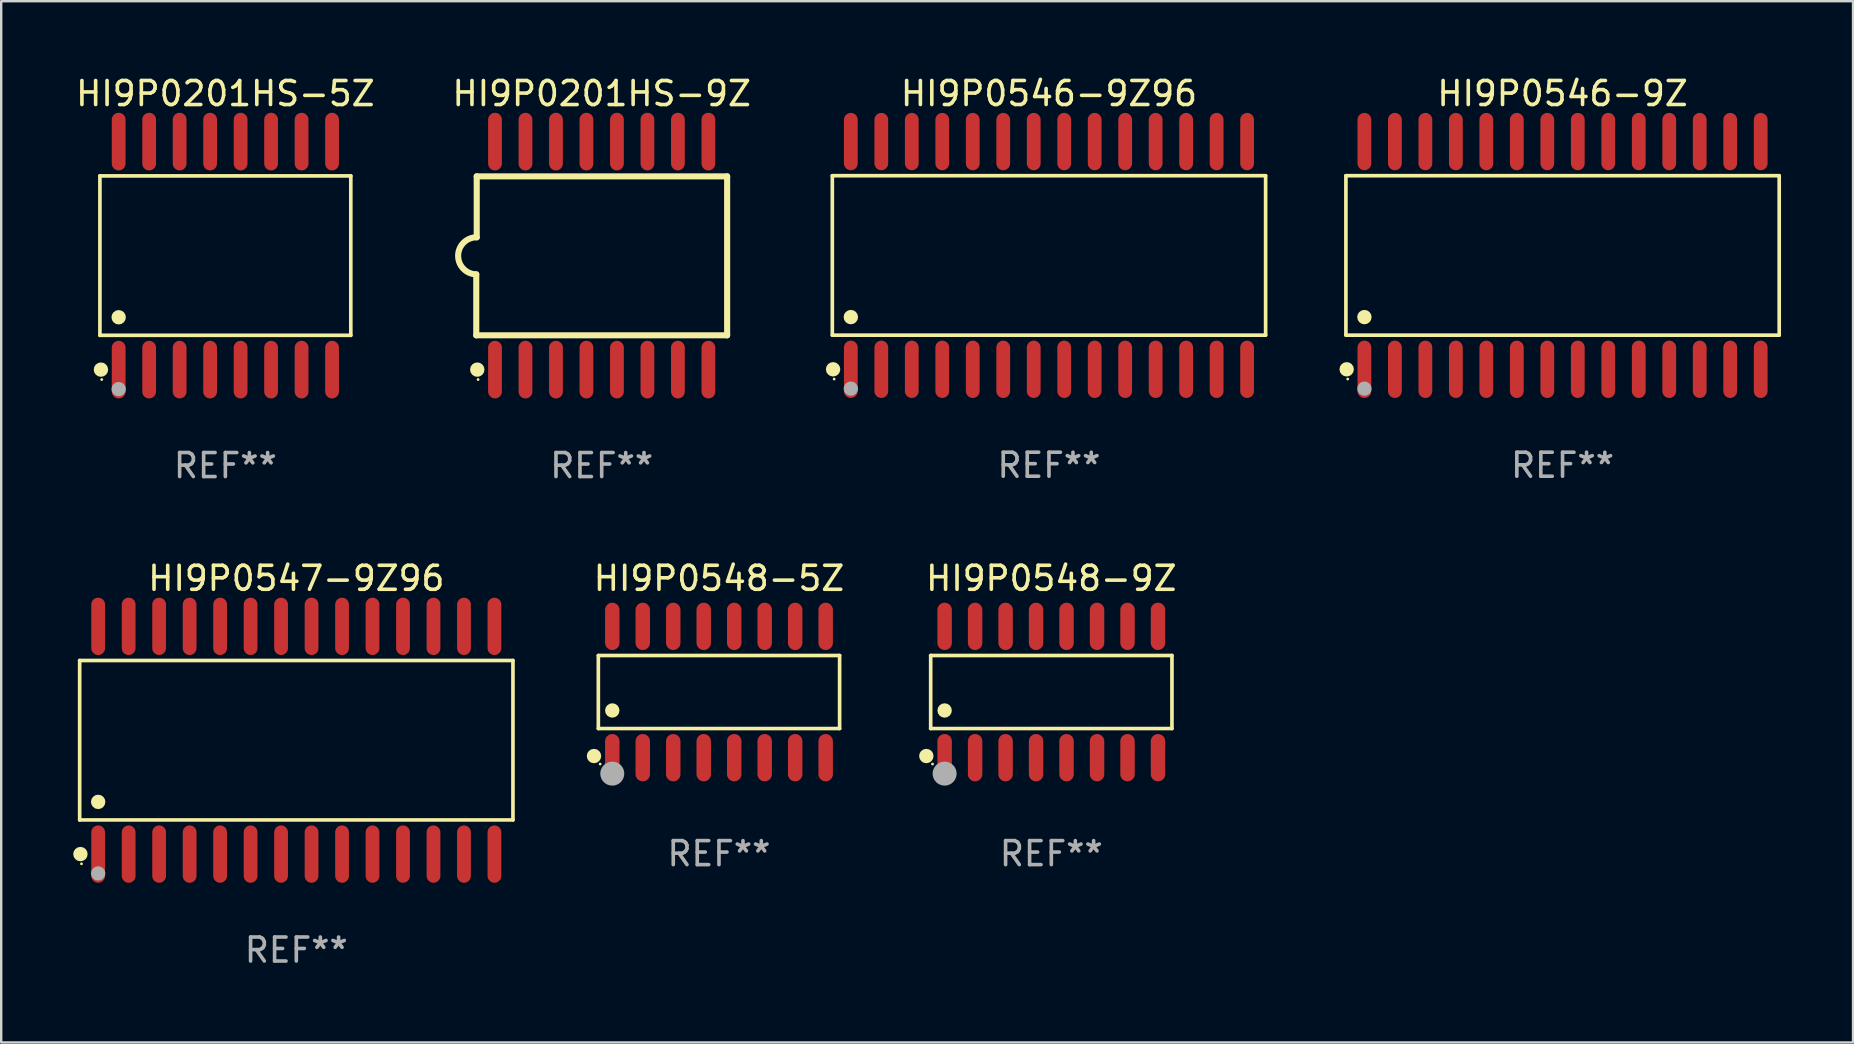
<source format=kicad_pcb>
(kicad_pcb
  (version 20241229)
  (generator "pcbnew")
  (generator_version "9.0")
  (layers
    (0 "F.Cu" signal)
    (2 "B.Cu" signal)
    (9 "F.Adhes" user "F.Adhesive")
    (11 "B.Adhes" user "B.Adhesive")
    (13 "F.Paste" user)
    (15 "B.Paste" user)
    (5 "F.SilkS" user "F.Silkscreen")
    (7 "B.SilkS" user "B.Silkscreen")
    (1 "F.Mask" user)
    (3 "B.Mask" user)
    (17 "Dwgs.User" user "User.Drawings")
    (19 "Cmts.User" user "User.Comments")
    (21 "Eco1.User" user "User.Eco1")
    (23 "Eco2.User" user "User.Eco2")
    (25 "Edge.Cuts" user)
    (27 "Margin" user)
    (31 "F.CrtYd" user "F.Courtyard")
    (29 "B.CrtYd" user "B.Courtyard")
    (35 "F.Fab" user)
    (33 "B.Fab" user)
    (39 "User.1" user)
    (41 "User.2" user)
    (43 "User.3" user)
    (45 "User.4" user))
  (footprint "HI9P0546-9Z"
    (layer "F.Cu")
    (at 62.049 7.592)
    (property "Reference" "HI9P0546-9Z" (at 0 -6.744 0) (layer "F.SilkS") (effects (font (size 1 1) (thickness 0.15))))
    (attr through_hole)
    (fp_line (start -9.026 -3.321) (end 9.026 -3.321) (stroke (width 0.152) (type solid)) (layer "F.SilkS"))
    (fp_line (start -9.026 3.321) (end -9.026 -3.321) (stroke (width 0.152) (type solid)) (layer "F.SilkS"))
    (fp_line (start 9.026 -3.321) (end 9.026 3.321) (stroke (width 0.152) (type solid)) (layer "F.SilkS"))
    (fp_line (start 9.026 3.321) (end -9.026 3.321) (stroke (width 0.152) (type solid)) (layer "F.SilkS"))
    (fp_circle (center -8.994 4.744) (end -8.844 4.744) (stroke (width 0.3) (type solid)) (fill no) (layer "F.SilkS"))
    (fp_circle (center -8.95 5.15) (end -8.92 5.15) (stroke (width 0.06) (type solid)) (fill no) (layer "F.SilkS"))
    (fp_circle (center -8.255 2.569) (end -8.105 2.569) (stroke (width 0.3) (type solid)) (fill no) (layer "F.SilkS"))
    (fp_circle (center -8.255 5.55) (end -8.105 5.55) (stroke (width 0.3) (type solid)) (fill no) (layer "F.Fab"))
    (fp_text user "REF**" (at 0 8.744 0) (layer "F.Fab") (effects (font (size 1 1) (thickness 0.15))))
    (pad "1" smd oval (at -8.255 4.744) (size 0.574 2.388) (layers "F.Cu" "F.Mask" "F.Paste"))
    (pad "2" smd oval (at -6.985 4.744) (size 0.574 2.388) (layers "F.Cu" "F.Mask" "F.Paste"))
    (pad "3" smd oval (at -5.715 4.744) (size 0.574 2.388) (layers "F.Cu" "F.Mask" "F.Paste"))
    (pad "4" smd oval (at -4.445 4.744) (size 0.574 2.388) (layers "F.Cu" "F.Mask" "F.Paste"))
    (pad "5" smd oval (at -3.175 4.744) (size 0.574 2.388) (layers "F.Cu" "F.Mask" "F.Paste"))
    (pad "6" smd oval (at -1.905 4.744) (size 0.574 2.388) (layers "F.Cu" "F.Mask" "F.Paste"))
    (pad "7" smd oval (at -0.635 4.744) (size 0.574 2.388) (layers "F.Cu" "F.Mask" "F.Paste"))
    (pad "8" smd oval (at 0.635 4.744) (size 0.574 2.388) (layers "F.Cu" "F.Mask" "F.Paste"))
    (pad "9" smd oval (at 1.905 4.744) (size 0.574 2.388) (layers "F.Cu" "F.Mask" "F.Paste"))
    (pad "10" smd oval (at 3.175 4.744) (size 0.574 2.388) (layers "F.Cu" "F.Mask" "F.Paste"))
    (pad "11" smd oval (at 4.445 4.744) (size 0.574 2.388) (layers "F.Cu" "F.Mask" "F.Paste"))
    (pad "12" smd oval (at 5.715 4.744) (size 0.574 2.388) (layers "F.Cu" "F.Mask" "F.Paste"))
    (pad "13" smd oval (at 6.985 4.744) (size 0.574 2.388) (layers "F.Cu" "F.Mask" "F.Paste"))
    (pad "14" smd oval (at 8.255 4.744) (size 0.574 2.388) (layers "F.Cu" "F.Mask" "F.Paste"))
    (pad "15" smd oval (at 8.255 -4.744) (size 0.574 2.388) (layers "F.Cu" "F.Mask" "F.Paste"))
    (pad "16" smd oval (at 6.985 -4.744) (size 0.574 2.388) (layers "F.Cu" "F.Mask" "F.Paste"))
    (pad "17" smd oval (at 5.715 -4.744) (size 0.574 2.388) (layers "F.Cu" "F.Mask" "F.Paste"))
    (pad "18" smd oval (at 4.445 -4.744) (size 0.574 2.388) (layers "F.Cu" "F.Mask" "F.Paste"))
    (pad "19" smd oval (at 3.175 -4.744) (size 0.574 2.388) (layers "F.Cu" "F.Mask" "F.Paste"))
    (pad "20" smd oval (at 1.905 -4.744) (size 0.574 2.388) (layers "F.Cu" "F.Mask" "F.Paste"))
    (pad "21" smd oval (at 0.635 -4.744) (size 0.574 2.388) (layers "F.Cu" "F.Mask" "F.Paste"))
    (pad "22" smd oval (at -0.635 -4.744) (size 0.574 2.388) (layers "F.Cu" "F.Mask" "F.Paste"))
    (pad "23" smd oval (at -1.905 -4.744) (size 0.574 2.388) (layers "F.Cu" "F.Mask" "F.Paste"))
    (pad "24" smd oval (at -3.175 -4.744) (size 0.574 2.388) (layers "F.Cu" "F.Mask" "F.Paste"))
    (pad "25" smd oval (at -4.445 -4.744) (size 0.574 2.388) (layers "F.Cu" "F.Mask" "F.Paste"))
    (pad "26" smd oval (at -5.715 -4.744) (size 0.574 2.388) (layers "F.Cu" "F.Mask" "F.Paste"))
    (pad "27" smd oval (at -6.985 -4.744) (size 0.574 2.388) (layers "F.Cu" "F.Mask" "F.Paste"))
    (pad "28" smd oval (at -8.255 -4.744) (size 0.574 2.388) (layers "F.Cu" "F.Mask" "F.Paste")))
  (footprint "HI9P0546-9Z96"
    (layer "F.Cu")
    (at 40.652 7.592)
    (property "Reference" "HI9P0546-9Z96" (at 0 -6.744 0) (layer "F.SilkS") (effects (font (size 1 1) (thickness 0.15))))
    (attr through_hole)
    (fp_line (start -9.026 -3.321) (end 9.026 -3.321) (stroke (width 0.152) (type solid)) (layer "F.SilkS"))
    (fp_line (start -9.026 3.321) (end -9.026 -3.321) (stroke (width 0.152) (type solid)) (layer "F.SilkS"))
    (fp_line (start 9.026 -3.321) (end 9.026 3.321) (stroke (width 0.152) (type solid)) (layer "F.SilkS"))
    (fp_line (start 9.026 3.321) (end -9.026 3.321) (stroke (width 0.152) (type solid)) (layer "F.SilkS"))
    (fp_circle (center -8.994 4.744) (end -8.844 4.744) (stroke (width 0.3) (type solid)) (fill no) (layer "F.SilkS"))
    (fp_circle (center -8.95 5.15) (end -8.92 5.15) (stroke (width 0.06) (type solid)) (fill no) (layer "F.SilkS"))
    (fp_circle (center -8.255 2.569) (end -8.105 2.569) (stroke (width 0.3) (type solid)) (fill no) (layer "F.SilkS"))
    (fp_circle (center -8.255 5.55) (end -8.105 5.55) (stroke (width 0.3) (type solid)) (fill no) (layer "F.Fab"))
    (fp_text user "REF**" (at 0 8.744 0) (layer "F.Fab") (effects (font (size 1 1) (thickness 0.15))))
    (pad "1" smd oval (at -8.255 4.744) (size 0.574 2.388) (layers "F.Cu" "F.Mask" "F.Paste"))
    (pad "2" smd oval (at -6.985 4.744) (size 0.574 2.388) (layers "F.Cu" "F.Mask" "F.Paste"))
    (pad "3" smd oval (at -5.715 4.744) (size 0.574 2.388) (layers "F.Cu" "F.Mask" "F.Paste"))
    (pad "4" smd oval (at -4.445 4.744) (size 0.574 2.388) (layers "F.Cu" "F.Mask" "F.Paste"))
    (pad "5" smd oval (at -3.175 4.744) (size 0.574 2.388) (layers "F.Cu" "F.Mask" "F.Paste"))
    (pad "6" smd oval (at -1.905 4.744) (size 0.574 2.388) (layers "F.Cu" "F.Mask" "F.Paste"))
    (pad "7" smd oval (at -0.635 4.744) (size 0.574 2.388) (layers "F.Cu" "F.Mask" "F.Paste"))
    (pad "8" smd oval (at 0.635 4.744) (size 0.574 2.388) (layers "F.Cu" "F.Mask" "F.Paste"))
    (pad "9" smd oval (at 1.905 4.744) (size 0.574 2.388) (layers "F.Cu" "F.Mask" "F.Paste"))
    (pad "10" smd oval (at 3.175 4.744) (size 0.574 2.388) (layers "F.Cu" "F.Mask" "F.Paste"))
    (pad "11" smd oval (at 4.445 4.744) (size 0.574 2.388) (layers "F.Cu" "F.Mask" "F.Paste"))
    (pad "12" smd oval (at 5.715 4.744) (size 0.574 2.388) (layers "F.Cu" "F.Mask" "F.Paste"))
    (pad "13" smd oval (at 6.985 4.744) (size 0.574 2.388) (layers "F.Cu" "F.Mask" "F.Paste"))
    (pad "14" smd oval (at 8.255 4.744) (size 0.574 2.388) (layers "F.Cu" "F.Mask" "F.Paste"))
    (pad "15" smd oval (at 8.255 -4.744) (size 0.574 2.388) (layers "F.Cu" "F.Mask" "F.Paste"))
    (pad "16" smd oval (at 6.985 -4.744) (size 0.574 2.388) (layers "F.Cu" "F.Mask" "F.Paste"))
    (pad "17" smd oval (at 5.715 -4.744) (size 0.574 2.388) (layers "F.Cu" "F.Mask" "F.Paste"))
    (pad "18" smd oval (at 4.445 -4.744) (size 0.574 2.388) (layers "F.Cu" "F.Mask" "F.Paste"))
    (pad "19" smd oval (at 3.175 -4.744) (size 0.574 2.388) (layers "F.Cu" "F.Mask" "F.Paste"))
    (pad "20" smd oval (at 1.905 -4.744) (size 0.574 2.388) (layers "F.Cu" "F.Mask" "F.Paste"))
    (pad "21" smd oval (at 0.635 -4.744) (size 0.574 2.388) (layers "F.Cu" "F.Mask" "F.Paste"))
    (pad "22" smd oval (at -0.635 -4.744) (size 0.574 2.388) (layers "F.Cu" "F.Mask" "F.Paste"))
    (pad "23" smd oval (at -1.905 -4.744) (size 0.574 2.388) (layers "F.Cu" "F.Mask" "F.Paste"))
    (pad "24" smd oval (at -3.175 -4.744) (size 0.574 2.388) (layers "F.Cu" "F.Mask" "F.Paste"))
    (pad "25" smd oval (at -4.445 -4.744) (size 0.574 2.388) (layers "F.Cu" "F.Mask" "F.Paste"))
    (pad "26" smd oval (at -5.715 -4.744) (size 0.574 2.388) (layers "F.Cu" "F.Mask" "F.Paste"))
    (pad "27" smd oval (at -6.985 -4.744) (size 0.574 2.388) (layers "F.Cu" "F.Mask" "F.Paste"))
    (pad "28" smd oval (at -8.255 -4.744) (size 0.574 2.388) (layers "F.Cu" "F.Mask" "F.Paste")))
  (footprint "HI9P0548-5Z"
    (layer "F.Cu")
    (at 26.904 25.781)
    (property "Reference" "HI9P0548-5Z" (at 0 -4.736 0) (layer "F.SilkS") (effects (font (size 1 1) (thickness 0.15))))
    (attr through_hole)
    (fp_line (start -5.026 -1.521) (end 5.026 -1.521) (stroke (width 0.152) (type solid)) (layer "F.SilkS"))
    (fp_line (start -5.026 1.521) (end -5.026 -1.521) (stroke (width 0.152) (type solid)) (layer "F.SilkS"))
    (fp_line (start 5.026 -1.521) (end 5.026 1.521) (stroke (width 0.152) (type solid)) (layer "F.SilkS"))
    (fp_line (start 5.026 1.521) (end -5.026 1.521) (stroke (width 0.152) (type solid)) (layer "F.SilkS"))
    (fp_circle (center -5.207 2.667) (end -5.057 2.667) (stroke (width 0.3) (type solid)) (fill no) (layer "F.SilkS"))
    (fp_circle (center -4.95 3) (end -4.92 3) (stroke (width 0.06) (type solid)) (fill no) (layer "F.SilkS"))
    (fp_circle (center -4.445 0.769) (end -4.295 0.769) (stroke (width 0.3) (type solid)) (fill no) (layer "F.SilkS"))
    (fp_circle (center -4.445 3.4) (end -4.195 3.4) (stroke (width 0.5) (type solid)) (fill no) (layer "F.Fab"))
    (fp_text user "REF**" (at 0 6.736 0) (layer "F.Fab") (effects (font (size 1 1) (thickness 0.15))))
    (pad "1" smd oval (at -4.445 2.736) (size 0.602 1.971) (layers "F.Cu" "F.Mask" "F.Paste"))
    (pad "2" smd oval (at -3.175 2.736) (size 0.602 1.971) (layers "F.Cu" "F.Mask" "F.Paste"))
    (pad "3" smd oval (at -1.905 2.736) (size 0.602 1.971) (layers "F.Cu" "F.Mask" "F.Paste"))
    (pad "4" smd oval (at -0.635 2.736) (size 0.602 1.971) (layers "F.Cu" "F.Mask" "F.Paste"))
    (pad "5" smd oval (at 0.635 2.736) (size 0.602 1.971) (layers "F.Cu" "F.Mask" "F.Paste"))
    (pad "6" smd oval (at 1.905 2.736) (size 0.602 1.971) (layers "F.Cu" "F.Mask" "F.Paste"))
    (pad "7" smd oval (at 3.175 2.736) (size 0.602 1.971) (layers "F.Cu" "F.Mask" "F.Paste"))
    (pad "8" smd oval (at 4.445 2.736) (size 0.602 1.971) (layers "F.Cu" "F.Mask" "F.Paste"))
    (pad "9" smd oval (at 4.445 -2.736) (size 0.602 1.971) (layers "F.Cu" "F.Mask" "F.Paste"))
    (pad "10" smd oval (at 3.175 -2.736) (size 0.602 1.971) (layers "F.Cu" "F.Mask" "F.Paste"))
    (pad "11" smd oval (at 1.905 -2.736) (size 0.602 1.971) (layers "F.Cu" "F.Mask" "F.Paste"))
    (pad "12" smd oval (at 0.635 -2.736) (size 0.602 1.971) (layers "F.Cu" "F.Mask" "F.Paste"))
    (pad "13" smd oval (at -0.635 -2.736) (size 0.602 1.971) (layers "F.Cu" "F.Mask" "F.Paste"))
    (pad "14" smd oval (at -1.905 -2.736) (size 0.602 1.971) (layers "F.Cu" "F.Mask" "F.Paste"))
    (pad "15" smd oval (at -3.175 -2.736) (size 0.602 1.971) (layers "F.Cu" "F.Mask" "F.Paste"))
    (pad "16" smd oval (at -4.445 -2.736) (size 0.602 1.971) (layers "F.Cu" "F.Mask" "F.Paste")))
  (footprint "HI9P0548-9Z"
    (layer "F.Cu")
    (at 40.75 25.781)
    (property "Reference" "HI9P0548-9Z" (at 0 -4.736 0) (layer "F.SilkS") (effects (font (size 1 1) (thickness 0.15))))
    (attr through_hole)
    (fp_line (start -5.026 -1.521) (end 5.026 -1.521) (stroke (width 0.152) (type solid)) (layer "F.SilkS"))
    (fp_line (start -5.026 1.521) (end -5.026 -1.521) (stroke (width 0.152) (type solid)) (layer "F.SilkS"))
    (fp_line (start 5.026 -1.521) (end 5.026 1.521) (stroke (width 0.152) (type solid)) (layer "F.SilkS"))
    (fp_line (start 5.026 1.521) (end -5.026 1.521) (stroke (width 0.152) (type solid)) (layer "F.SilkS"))
    (fp_circle (center -5.207 2.667) (end -5.057 2.667) (stroke (width 0.3) (type solid)) (fill no) (layer "F.SilkS"))
    (fp_circle (center -4.95 3) (end -4.92 3) (stroke (width 0.06) (type solid)) (fill no) (layer "F.SilkS"))
    (fp_circle (center -4.445 0.769) (end -4.295 0.769) (stroke (width 0.3) (type solid)) (fill no) (layer "F.SilkS"))
    (fp_circle (center -4.445 3.4) (end -4.195 3.4) (stroke (width 0.5) (type solid)) (fill no) (layer "F.Fab"))
    (fp_text user "REF**" (at 0 6.736 0) (layer "F.Fab") (effects (font (size 1 1) (thickness 0.15))))
    (pad "1" smd oval (at -4.445 2.736) (size 0.602 1.971) (layers "F.Cu" "F.Mask" "F.Paste"))
    (pad "2" smd oval (at -3.175 2.736) (size 0.602 1.971) (layers "F.Cu" "F.Mask" "F.Paste"))
    (pad "3" smd oval (at -1.905 2.736) (size 0.602 1.971) (layers "F.Cu" "F.Mask" "F.Paste"))
    (pad "4" smd oval (at -0.635 2.736) (size 0.602 1.971) (layers "F.Cu" "F.Mask" "F.Paste"))
    (pad "5" smd oval (at 0.635 2.736) (size 0.602 1.971) (layers "F.Cu" "F.Mask" "F.Paste"))
    (pad "6" smd oval (at 1.905 2.736) (size 0.602 1.971) (layers "F.Cu" "F.Mask" "F.Paste"))
    (pad "7" smd oval (at 3.175 2.736) (size 0.602 1.971) (layers "F.Cu" "F.Mask" "F.Paste"))
    (pad "8" smd oval (at 4.445 2.736) (size 0.602 1.971) (layers "F.Cu" "F.Mask" "F.Paste"))
    (pad "9" smd oval (at 4.445 -2.736) (size 0.602 1.971) (layers "F.Cu" "F.Mask" "F.Paste"))
    (pad "10" smd oval (at 3.175 -2.736) (size 0.602 1.971) (layers "F.Cu" "F.Mask" "F.Paste"))
    (pad "11" smd oval (at 1.905 -2.736) (size 0.602 1.971) (layers "F.Cu" "F.Mask" "F.Paste"))
    (pad "12" smd oval (at 0.635 -2.736) (size 0.602 1.971) (layers "F.Cu" "F.Mask" "F.Paste"))
    (pad "13" smd oval (at -0.635 -2.736) (size 0.602 1.971) (layers "F.Cu" "F.Mask" "F.Paste"))
    (pad "14" smd oval (at -1.905 -2.736) (size 0.602 1.971) (layers "F.Cu" "F.Mask" "F.Paste"))
    (pad "15" smd oval (at -3.175 -2.736) (size 0.602 1.971) (layers "F.Cu" "F.Mask" "F.Paste"))
    (pad "16" smd oval (at -4.445 -2.736) (size 0.602 1.971) (layers "F.Cu" "F.Mask" "F.Paste")))
  (footprint "HI9P0201HS-5Z"
    (layer "F.Cu")
    (at 6.339 7.599)
    (property "Reference" "HI9P0201HS-5Z" (at 0 -6.75 0) (layer "F.SilkS") (effects (font (size 1 1) (thickness 0.15))))
    (attr through_hole)
    (fp_line (start -5.226 -3.321) (end 5.226 -3.321) (stroke (width 0.152) (type solid)) (layer "F.SilkS"))
    (fp_line (start -5.226 3.321) (end -5.226 -3.321) (stroke (width 0.152) (type solid)) (layer "F.SilkS"))
    (fp_line (start 5.226 -3.321) (end 5.226 3.321) (stroke (width 0.152) (type solid)) (layer "F.SilkS"))
    (fp_line (start 5.226 3.321) (end -5.226 3.321) (stroke (width 0.152) (type solid)) (layer "F.SilkS"))
    (fp_circle (center -5.184 4.75) (end -5.034 4.75) (stroke (width 0.3) (type solid)) (fill no) (layer "F.SilkS"))
    (fp_circle (center -5.15 5.163) (end -5.12 5.163) (stroke (width 0.06) (type solid)) (fill no) (layer "F.SilkS"))
    (fp_circle (center -4.445 2.569) (end -4.295 2.569) (stroke (width 0.3) (type solid)) (fill no) (layer "F.SilkS"))
    (fp_circle (center -4.445 5.563) (end -4.295 5.563) (stroke (width 0.3) (type solid)) (fill no) (layer "F.Fab"))
    (fp_text user "REF**" (at 0 8.75 0) (layer "F.Fab") (effects (font (size 1 1) (thickness 0.15))))
    (pad "1" smd oval (at -4.445 4.75) (size 0.574 2.401) (layers "F.Cu" "F.Mask" "F.Paste"))
    (pad "2" smd oval (at -3.175 4.75) (size 0.574 2.401) (layers "F.Cu" "F.Mask" "F.Paste"))
    (pad "3" smd oval (at -1.905 4.75) (size 0.574 2.401) (layers "F.Cu" "F.Mask" "F.Paste"))
    (pad "4" smd oval (at -0.635 4.75) (size 0.574 2.401) (layers "F.Cu" "F.Mask" "F.Paste"))
    (pad "5" smd oval (at 0.635 4.75) (size 0.574 2.401) (layers "F.Cu" "F.Mask" "F.Paste"))
    (pad "6" smd oval (at 1.905 4.75) (size 0.574 2.401) (layers "F.Cu" "F.Mask" "F.Paste"))
    (pad "7" smd oval (at 3.175 4.75) (size 0.574 2.401) (layers "F.Cu" "F.Mask" "F.Paste"))
    (pad "8" smd oval (at 4.445 4.75) (size 0.574 2.401) (layers "F.Cu" "F.Mask" "F.Paste"))
    (pad "9" smd oval (at 4.445 -4.75) (size 0.574 2.401) (layers "F.Cu" "F.Mask" "F.Paste"))
    (pad "10" smd oval (at 3.175 -4.75) (size 0.574 2.401) (layers "F.Cu" "F.Mask" "F.Paste"))
    (pad "11" smd oval (at 1.905 -4.75) (size 0.574 2.401) (layers "F.Cu" "F.Mask" "F.Paste"))
    (pad "12" smd oval (at 0.635 -4.75) (size 0.574 2.401) (layers "F.Cu" "F.Mask" "F.Paste"))
    (pad "13" smd oval (at -0.635 -4.75) (size 0.574 2.401) (layers "F.Cu" "F.Mask" "F.Paste"))
    (pad "14" smd oval (at -1.905 -4.75) (size 0.574 2.401) (layers "F.Cu" "F.Mask" "F.Paste"))
    (pad "15" smd oval (at -3.175 -4.75) (size 0.574 2.401) (layers "F.Cu" "F.Mask" "F.Paste"))
    (pad "16" smd oval (at -4.445 -4.75) (size 0.574 2.401) (layers "F.Cu" "F.Mask" "F.Paste")))
  (footprint "HI9P0547-9Z96"
    (layer "F.Cu")
    (at 9.295 27.789)
    (property "Reference" "HI9P0547-9Z96" (at 0 -6.744 0) (layer "F.SilkS") (effects (font (size 1 1) (thickness 0.15))))
    (attr through_hole)
    (fp_line (start -9.026 -3.321) (end 9.026 -3.321) (stroke (width 0.152) (type solid)) (layer "F.SilkS"))
    (fp_line (start -9.026 3.321) (end -9.026 -3.321) (stroke (width 0.152) (type solid)) (layer "F.SilkS"))
    (fp_line (start 9.026 -3.321) (end 9.026 3.321) (stroke (width 0.152) (type solid)) (layer "F.SilkS"))
    (fp_line (start 9.026 3.321) (end -9.026 3.321) (stroke (width 0.152) (type solid)) (layer "F.SilkS"))
    (fp_circle (center -8.994 4.744) (end -8.844 4.744) (stroke (width 0.3) (type solid)) (fill no) (layer "F.SilkS"))
    (fp_circle (center -8.95 5.15) (end -8.92 5.15) (stroke (width 0.06) (type solid)) (fill no) (layer "F.SilkS"))
    (fp_circle (center -8.255 2.569) (end -8.105 2.569) (stroke (width 0.3) (type solid)) (fill no) (layer "F.SilkS"))
    (fp_circle (center -8.255 5.55) (end -8.105 5.55) (stroke (width 0.3) (type solid)) (fill no) (layer "F.Fab"))
    (fp_text user "REF**" (at 0 8.744 0) (layer "F.Fab") (effects (font (size 1 1) (thickness 0.15))))
    (pad "1" smd oval (at -8.255 4.744) (size 0.574 2.388) (layers "F.Cu" "F.Mask" "F.Paste"))
    (pad "2" smd oval (at -6.985 4.744) (size 0.574 2.388) (layers "F.Cu" "F.Mask" "F.Paste"))
    (pad "3" smd oval (at -5.715 4.744) (size 0.574 2.388) (layers "F.Cu" "F.Mask" "F.Paste"))
    (pad "4" smd oval (at -4.445 4.744) (size 0.574 2.388) (layers "F.Cu" "F.Mask" "F.Paste"))
    (pad "5" smd oval (at -3.175 4.744) (size 0.574 2.388) (layers "F.Cu" "F.Mask" "F.Paste"))
    (pad "6" smd oval (at -1.905 4.744) (size 0.574 2.388) (layers "F.Cu" "F.Mask" "F.Paste"))
    (pad "7" smd oval (at -0.635 4.744) (size 0.574 2.388) (layers "F.Cu" "F.Mask" "F.Paste"))
    (pad "8" smd oval (at 0.635 4.744) (size 0.574 2.388) (layers "F.Cu" "F.Mask" "F.Paste"))
    (pad "9" smd oval (at 1.905 4.744) (size 0.574 2.388) (layers "F.Cu" "F.Mask" "F.Paste"))
    (pad "10" smd oval (at 3.175 4.744) (size 0.574 2.388) (layers "F.Cu" "F.Mask" "F.Paste"))
    (pad "11" smd oval (at 4.445 4.744) (size 0.574 2.388) (layers "F.Cu" "F.Mask" "F.Paste"))
    (pad "12" smd oval (at 5.715 4.744) (size 0.574 2.388) (layers "F.Cu" "F.Mask" "F.Paste"))
    (pad "13" smd oval (at 6.985 4.744) (size 0.574 2.388) (layers "F.Cu" "F.Mask" "F.Paste"))
    (pad "14" smd oval (at 8.255 4.744) (size 0.574 2.388) (layers "F.Cu" "F.Mask" "F.Paste"))
    (pad "15" smd oval (at 8.255 -4.744) (size 0.574 2.388) (layers "F.Cu" "F.Mask" "F.Paste"))
    (pad "16" smd oval (at 6.985 -4.744) (size 0.574 2.388) (layers "F.Cu" "F.Mask" "F.Paste"))
    (pad "17" smd oval (at 5.715 -4.744) (size 0.574 2.388) (layers "F.Cu" "F.Mask" "F.Paste"))
    (pad "18" smd oval (at 4.445 -4.744) (size 0.574 2.388) (layers "F.Cu" "F.Mask" "F.Paste"))
    (pad "19" smd oval (at 3.175 -4.744) (size 0.574 2.388) (layers "F.Cu" "F.Mask" "F.Paste"))
    (pad "20" smd oval (at 1.905 -4.744) (size 0.574 2.388) (layers "F.Cu" "F.Mask" "F.Paste"))
    (pad "21" smd oval (at 0.635 -4.744) (size 0.574 2.388) (layers "F.Cu" "F.Mask" "F.Paste"))
    (pad "22" smd oval (at -0.635 -4.744) (size 0.574 2.388) (layers "F.Cu" "F.Mask" "F.Paste"))
    (pad "23" smd oval (at -1.905 -4.744) (size 0.574 2.388) (layers "F.Cu" "F.Mask" "F.Paste"))
    (pad "24" smd oval (at -3.175 -4.744) (size 0.574 2.388) (layers "F.Cu" "F.Mask" "F.Paste"))
    (pad "25" smd oval (at -4.445 -4.744) (size 0.574 2.388) (layers "F.Cu" "F.Mask" "F.Paste"))
    (pad "26" smd oval (at -5.715 -4.744) (size 0.574 2.388) (layers "F.Cu" "F.Mask" "F.Paste"))
    (pad "27" smd oval (at -6.985 -4.744) (size 0.574 2.388) (layers "F.Cu" "F.Mask" "F.Paste"))
    (pad "28" smd oval (at -8.255 -4.744) (size 0.574 2.388) (layers "F.Cu" "F.Mask" "F.Paste")))
  (footprint "HI9P0201HS-9Z"
    (layer "F.Cu")
    (at 22.018 7.599)
    (property "Reference" "HI9P0201HS-9Z" (at 0 -6.75 0) (layer "F.SilkS") (effects (font (size 1 1) (thickness 0.15))))
    (attr through_hole)
    (fp_line (start -5.226 3.321) (end -5.226 0.781) (stroke (width 0.254) (type solid)) (layer "F.SilkS"))
    (fp_line (start -5.207 -3.302) (end -5.207 -0.762) (stroke (width 0.254) (type solid)) (layer "F.SilkS"))
    (fp_line (start -5.207 -3.302) (end 5.226 -3.302) (stroke (width 0.254) (type solid)) (layer "F.SilkS"))
    (fp_line (start 5.226 -3.302) (end 5.226 3.321) (stroke (width 0.254) (type solid)) (layer "F.SilkS"))
    (fp_line (start 5.226 3.321) (end -5.226 3.321) (stroke (width 0.254) (type solid)) (layer "F.SilkS"))
    (fp_arc (start -5.226238 0.781407) (mid -5.978703 -0.000761) (end -5.206274 -0.76322) (stroke (width 0.254001) (type solid)) (layer "F.SilkS"))
    (fp_circle (center -5.184 4.75) (end -5.034 4.75) (stroke (width 0.3) (type solid)) (fill no) (layer "F.SilkS"))
    (fp_circle (center -5.15 5.163) (end -5.12 5.163) (stroke (width 0.06) (type solid)) (fill no) (layer "F.SilkS"))
    (fp_text user "REF**" (at 0 8.75 0) (layer "F.Fab") (effects (font (size 1 1) (thickness 0.15))))
    (pad "1" smd oval (at -4.445 4.75) (size 0.574 2.401) (layers "F.Cu" "F.Mask" "F.Paste"))
    (pad "2" smd oval (at -3.175 4.75) (size 0.574 2.401) (layers "F.Cu" "F.Mask" "F.Paste"))
    (pad "3" smd oval (at -1.905 4.75) (size 0.574 2.401) (layers "F.Cu" "F.Mask" "F.Paste"))
    (pad "4" smd oval (at -0.635 4.75) (size 0.574 2.401) (layers "F.Cu" "F.Mask" "F.Paste"))
    (pad "5" smd oval (at 0.635 4.75) (size 0.574 2.401) (layers "F.Cu" "F.Mask" "F.Paste"))
    (pad "6" smd oval (at 1.905 4.75) (size 0.574 2.401) (layers "F.Cu" "F.Mask" "F.Paste"))
    (pad "7" smd oval (at 3.175 4.75) (size 0.574 2.401) (layers "F.Cu" "F.Mask" "F.Paste"))
    (pad "8" smd oval (at 4.445 4.75) (size 0.574 2.401) (layers "F.Cu" "F.Mask" "F.Paste"))
    (pad "9" smd oval (at 4.445 -4.75) (size 0.574 2.401) (layers "F.Cu" "F.Mask" "F.Paste"))
    (pad "10" smd oval (at 3.175 -4.75) (size 0.574 2.401) (layers "F.Cu" "F.Mask" "F.Paste"))
    (pad "11" smd oval (at 1.905 -4.75) (size 0.574 2.401) (layers "F.Cu" "F.Mask" "F.Paste"))
    (pad "12" smd oval (at 0.635 -4.75) (size 0.574 2.401) (layers "F.Cu" "F.Mask" "F.Paste"))
    (pad "13" smd oval (at -0.635 -4.75) (size 0.574 2.401) (layers "F.Cu" "F.Mask" "F.Paste"))
    (pad "14" smd oval (at -1.905 -4.75) (size 0.574 2.401) (layers "F.Cu" "F.Mask" "F.Paste"))
    (pad "15" smd oval (at -3.175 -4.75) (size 0.574 2.401) (layers "F.Cu" "F.Mask" "F.Paste"))
    (pad "16" smd oval (at -4.445 -4.75) (size 0.574 2.401) (layers "F.Cu" "F.Mask" "F.Paste")))
  (gr_rect
    (start -3 -3)
    (end 74.151 40.382)
    (stroke (width 0.1) (type default))
    (fill no)
    (layer "Edge.Cuts")))
</source>
